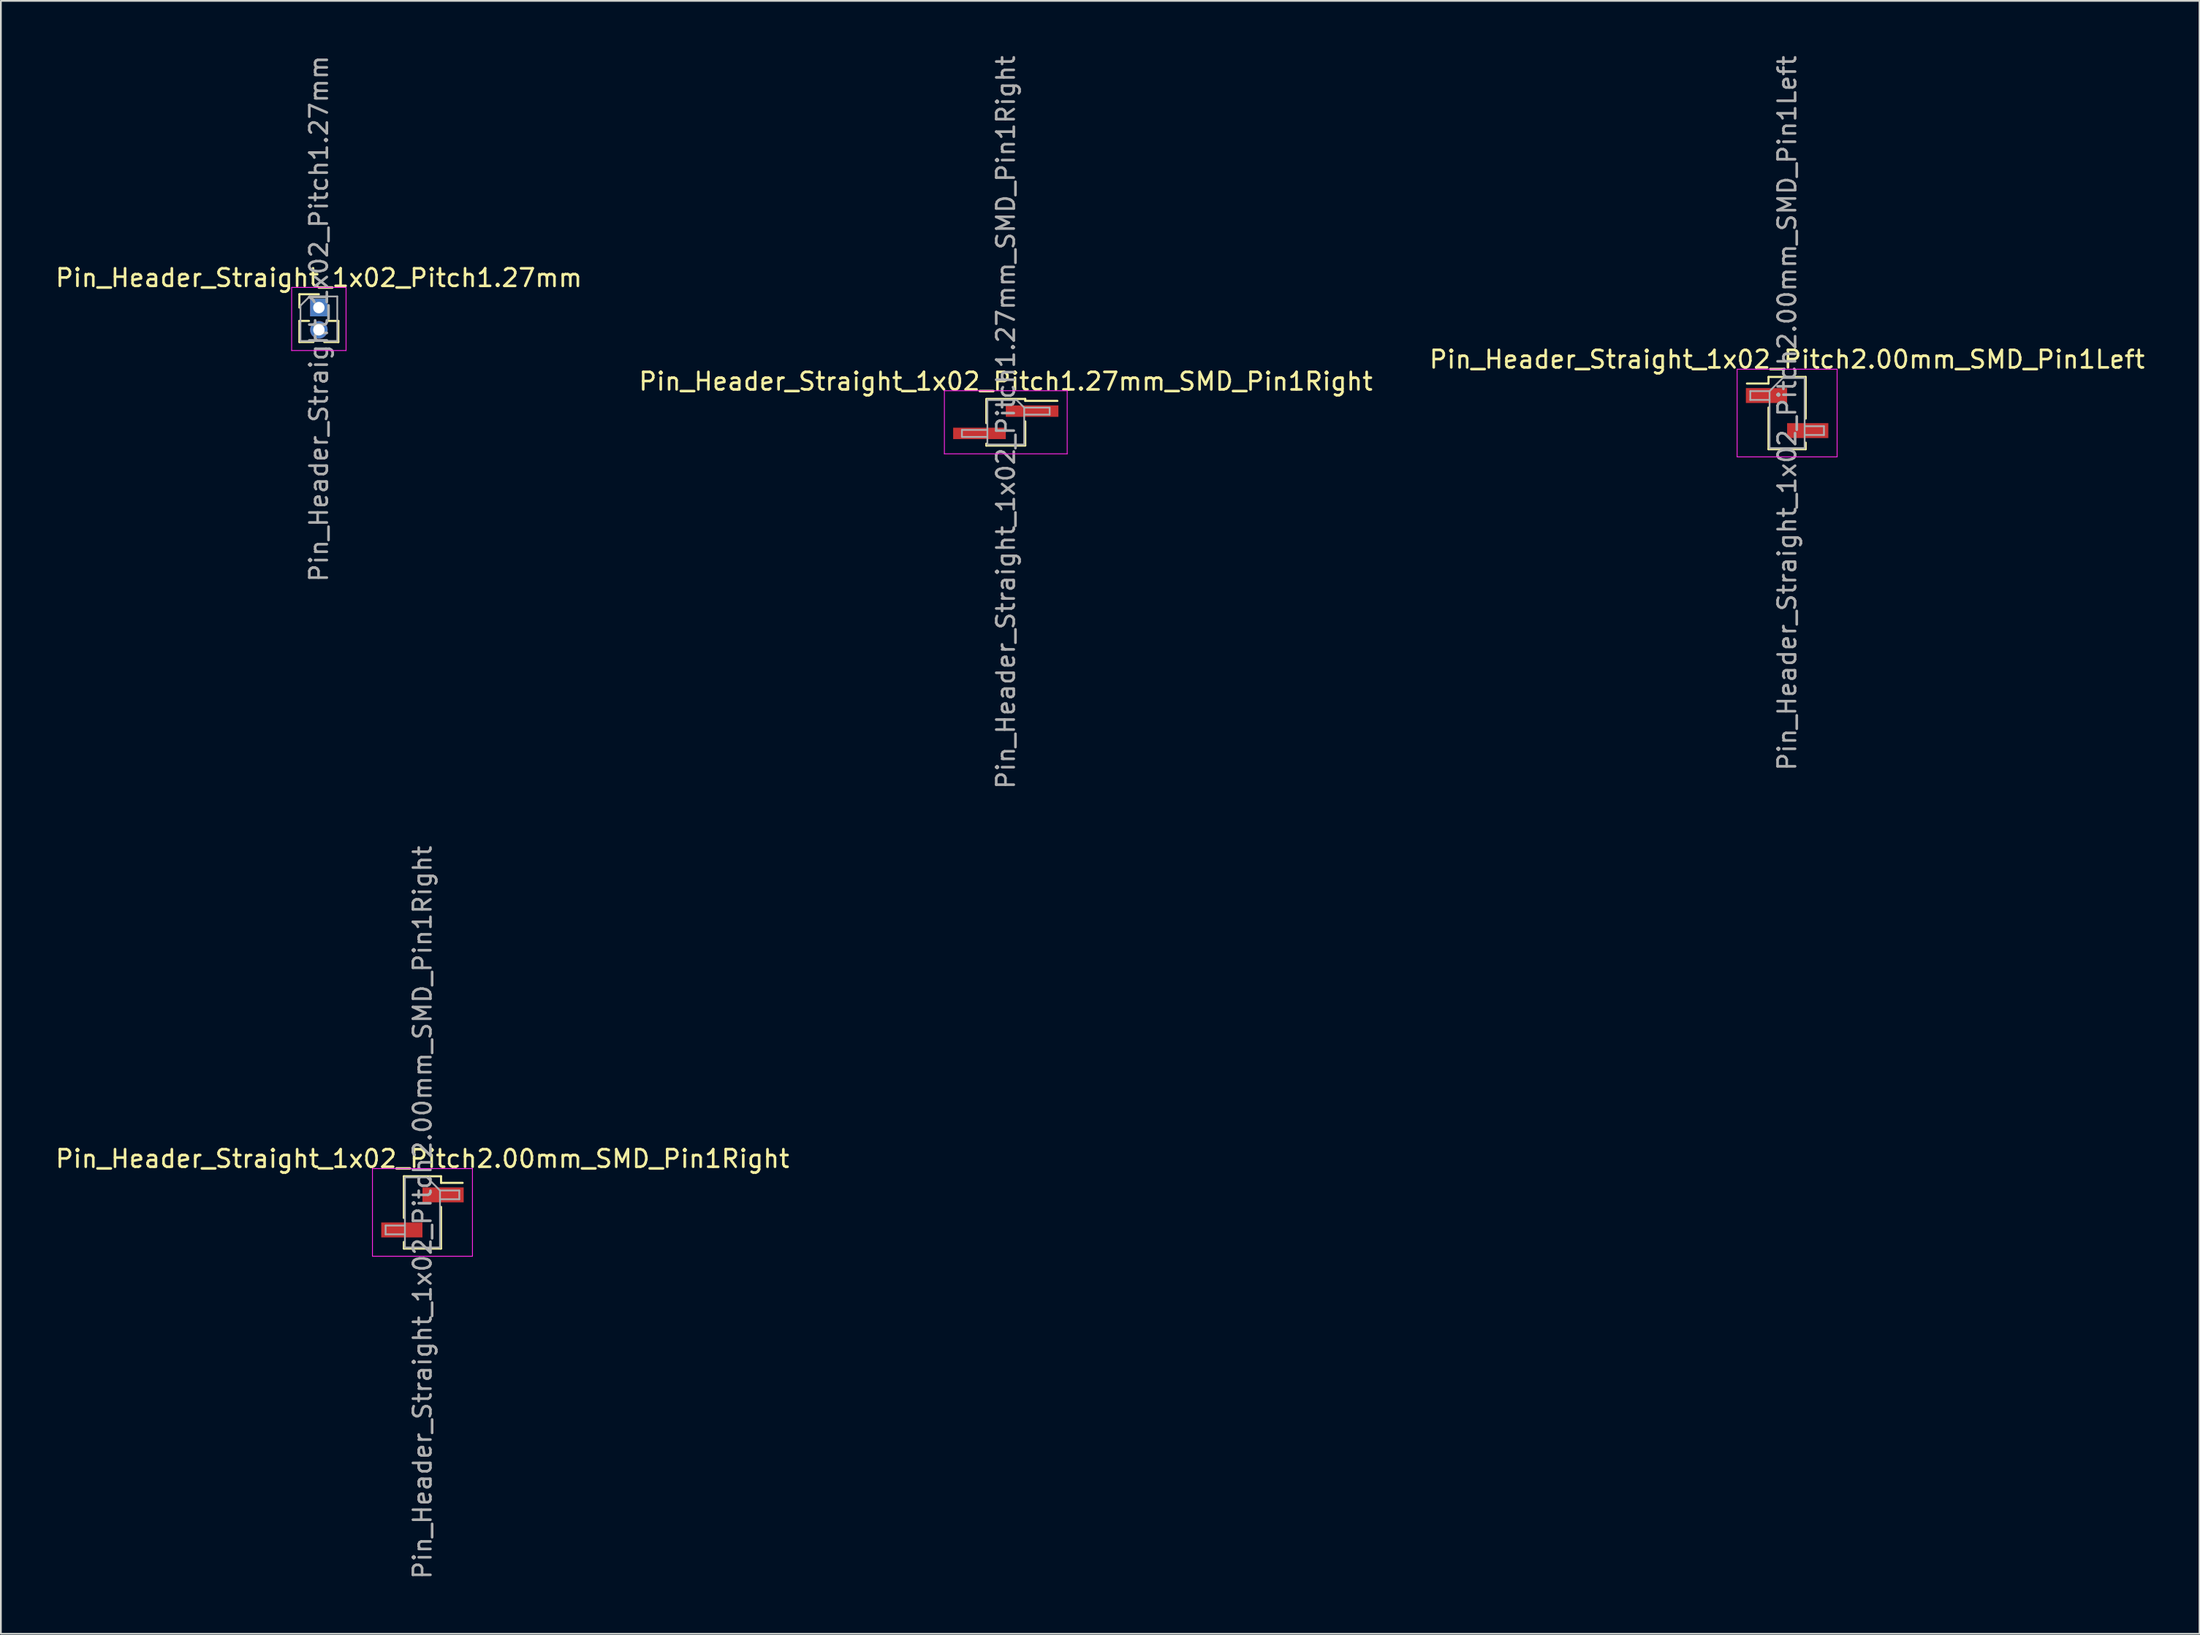
<source format=kicad_pcb>
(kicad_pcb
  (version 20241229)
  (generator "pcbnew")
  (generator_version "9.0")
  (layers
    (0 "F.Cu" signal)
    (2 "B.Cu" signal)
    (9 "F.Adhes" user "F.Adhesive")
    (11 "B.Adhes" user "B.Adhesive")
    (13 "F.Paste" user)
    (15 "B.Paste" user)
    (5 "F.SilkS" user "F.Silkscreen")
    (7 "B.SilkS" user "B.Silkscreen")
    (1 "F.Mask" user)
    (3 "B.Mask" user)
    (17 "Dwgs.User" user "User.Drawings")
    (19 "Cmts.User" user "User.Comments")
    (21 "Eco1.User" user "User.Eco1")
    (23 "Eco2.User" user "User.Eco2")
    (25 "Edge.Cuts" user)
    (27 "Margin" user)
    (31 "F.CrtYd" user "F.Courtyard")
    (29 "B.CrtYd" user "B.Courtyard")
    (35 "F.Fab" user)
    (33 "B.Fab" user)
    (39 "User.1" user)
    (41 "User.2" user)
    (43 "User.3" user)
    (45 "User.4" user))
  (footprint "Pin_Header_Straight_1x02_Pitch2.00mm_SMD_Pin1Left"
    (layer "F.Cu")
    (at 98.815 20.506)
    (property "Reference" "Pin_Header_Straight_1x02_Pitch2.00mm_SMD_Pin1Left" (at 0 -3.06 0) (layer "F.SilkS") (effects (font (size 1 1) (thickness 0.15))))
    (attr smd)
    (fp_line (start -1.06 -2.06) (end -1.06 -1.685) (stroke (width 0.12) (type solid)) (layer "F.SilkS"))
    (fp_line (start -1.06 -2.06) (end 1.06 -2.06) (stroke (width 0.12) (type solid)) (layer "F.SilkS"))
    (fp_line (start -1.06 -1.685) (end -2.29 -1.685) (stroke (width 0.12) (type solid)) (layer "F.SilkS"))
    (fp_line (start -1.06 -0.315) (end -1.06 2.06) (stroke (width 0.12) (type solid)) (layer "F.SilkS"))
    (fp_line (start -1.06 2.06) (end 1.06 2.06) (stroke (width 0.12) (type solid)) (layer "F.SilkS"))
    (fp_line (start 1.06 -2.06) (end 1.06 0.315) (stroke (width 0.12) (type solid)) (layer "F.SilkS"))
    (fp_line (start 1.06 1.685) (end 1.06 2.06) (stroke (width 0.12) (type solid)) (layer "F.SilkS"))
    (fp_line (start -2.85 -2.5) (end -2.85 2.5) (stroke (width 0.05) (type solid)) (layer "F.CrtYd"))
    (fp_line (start -2.85 2.5) (end 2.85 2.5) (stroke (width 0.05) (type solid)) (layer "F.CrtYd"))
    (fp_line (start 2.85 -2.5) (end -2.85 -2.5) (stroke (width 0.05) (type solid)) (layer "F.CrtYd"))
    (fp_line (start 2.85 2.5) (end 2.85 -2.5) (stroke (width 0.05) (type solid)) (layer "F.CrtYd"))
    (fp_line (start -2.1 -1.25) (end -2.1 -0.75) (stroke (width 0.1) (type solid)) (layer "F.Fab"))
    (fp_line (start -2.1 -0.75) (end -1 -0.75) (stroke (width 0.1) (type solid)) (layer "F.Fab"))
    (fp_line (start -1 -1.25) (end -2.1 -1.25) (stroke (width 0.1) (type solid)) (layer "F.Fab"))
    (fp_line (start -1 -1.25) (end -0.25 -2) (stroke (width 0.1) (type solid)) (layer "F.Fab"))
    (fp_line (start -1 2) (end -1 -1.25) (stroke (width 0.1) (type solid)) (layer "F.Fab"))
    (fp_line (start -0.25 -2) (end 1 -2) (stroke (width 0.1) (type solid)) (layer "F.Fab"))
    (fp_line (start 1 -2) (end 1 2) (stroke (width 0.1) (type solid)) (layer "F.Fab"))
    (fp_line (start 1 0.75) (end 2.1 0.75) (stroke (width 0.1) (type solid)) (layer "F.Fab"))
    (fp_line (start 1 2) (end -1 2) (stroke (width 0.1) (type solid)) (layer "F.Fab"))
    (fp_line (start 2.1 0.75) (end 2.1 1.25) (stroke (width 0.1) (type solid)) (layer "F.Fab"))
    (fp_line (start 2.1 1.25) (end 1 1.25) (stroke (width 0.1) (type solid)) (layer "F.Fab"))
    (fp_text user "${REFERENCE}" (at 0 0 90) (layer "F.Fab") (effects (font (size 1 1) (thickness 0.15))))
    (pad "1" smd rect (at -1.175 -1) (size 2.35 0.85) (layers "F.Cu" "F.Mask" "F.Paste"))
    (pad "2" smd rect (at 1.175 1) (size 2.35 0.85) (layers "F.Cu" "F.Mask" "F.Paste")))
  (footprint "Pin_Header_Straight_1x02_Pitch1.27mm_SMD_Pin1Right"
    (layer "F.Cu")
    (at 54.28 21.03)
    (property "Reference" "Pin_Header_Straight_1x02_Pitch1.27mm_SMD_Pin1Right" (at 0 -2.33 0) (layer "F.SilkS") (effects (font (size 1 1) (thickness 0.15))))
    (attr smd)
    (fp_line (start -1.11 -1.33) (end 1.11 -1.33) (stroke (width 0.12) (type solid)) (layer "F.SilkS"))
    (fp_line (start -1.11 -1.32) (end -1.11 0.05) (stroke (width 0.12) (type solid)) (layer "F.SilkS"))
    (fp_line (start -1.11 1.22) (end -1.11 1.33) (stroke (width 0.12) (type solid)) (layer "F.SilkS"))
    (fp_line (start -1.11 1.33) (end 1.11 1.33) (stroke (width 0.12) (type solid)) (layer "F.SilkS"))
    (fp_line (start 1.11 -1.33) (end 1.11 -1.22) (stroke (width 0.12) (type solid)) (layer "F.SilkS"))
    (fp_line (start 1.11 -1.22) (end 2.94 -1.22) (stroke (width 0.12) (type solid)) (layer "F.SilkS"))
    (fp_line (start 1.11 -0.05) (end 1.11 1.32) (stroke (width 0.12) (type solid)) (layer "F.SilkS"))
    (fp_line (start -3.5 -1.8) (end -3.5 1.8) (stroke (width 0.05) (type solid)) (layer "F.CrtYd"))
    (fp_line (start -3.5 1.8) (end 3.5 1.8) (stroke (width 0.05) (type solid)) (layer "F.CrtYd"))
    (fp_line (start 3.5 -1.8) (end -3.5 -1.8) (stroke (width 0.05) (type solid)) (layer "F.CrtYd"))
    (fp_line (start 3.5 1.8) (end 3.5 -1.8) (stroke (width 0.05) (type solid)) (layer "F.CrtYd"))
    (fp_line (start -2.5 0.435) (end -2.5 0.835) (stroke (width 0.1) (type solid)) (layer "F.Fab"))
    (fp_line (start -2.5 0.835) (end -1.05 0.835) (stroke (width 0.1) (type solid)) (layer "F.Fab"))
    (fp_line (start -1.05 -1.27) (end -1.05 1.27) (stroke (width 0.1) (type solid)) (layer "F.Fab"))
    (fp_line (start -1.05 -1.27) (end 0.615 -1.27) (stroke (width 0.1) (type solid)) (layer "F.Fab"))
    (fp_line (start -1.05 0.435) (end -2.5 0.435) (stroke (width 0.1) (type solid)) (layer "F.Fab"))
    (fp_line (start 1.05 -0.835) (end 0.615 -1.27) (stroke (width 0.1) (type solid)) (layer "F.Fab"))
    (fp_line (start 1.05 -0.835) (end 2.5 -0.835) (stroke (width 0.1) (type solid)) (layer "F.Fab"))
    (fp_line (start 1.05 1.27) (end -1.05 1.27) (stroke (width 0.1) (type solid)) (layer "F.Fab"))
    (fp_line (start 1.05 1.27) (end 1.05 -0.835) (stroke (width 0.1) (type solid)) (layer "F.Fab"))
    (fp_line (start 2.5 -0.835) (end 2.5 -0.435) (stroke (width 0.1) (type solid)) (layer "F.Fab"))
    (fp_line (start 2.5 -0.435) (end 1.05 -0.435) (stroke (width 0.1) (type solid)) (layer "F.Fab"))
    (fp_text user "${REFERENCE}" (at 0 0 90) (layer "F.Fab") (effects (font (size 1 1) (thickness 0.15))))
    (pad "1" smd rect (at 1.5 -0.635) (size 3 0.65) (layers "F.Cu" "F.Mask" "F.Paste"))
    (pad "2" smd rect (at -1.5 0.635) (size 3 0.65) (layers "F.Cu" "F.Mask" "F.Paste")))
  (footprint "Pin_Header_Straight_1x02_Pitch1.27mm"
    (layer "F.Cu")
    (at 15.125 14.49)
    (property "Reference" "Pin_Header_Straight_1x02_Pitch1.27mm" (at 0 -1.695 0) (layer "F.SilkS") (effects (font (size 1 1) (thickness 0.15))))
    (attr through_hole)
    (fp_line (start -1.11 -0.76) (end 0 -0.76) (stroke (width 0.12) (type solid)) (layer "F.SilkS"))
    (fp_line (start -1.11 0) (end -1.11 -0.76) (stroke (width 0.12) (type solid)) (layer "F.SilkS"))
    (fp_line (start -1.11 0.76) (end -1.11 1.965) (stroke (width 0.12) (type solid)) (layer "F.SilkS"))
    (fp_line (start -1.11 0.76) (end -0.563 0.76) (stroke (width 0.12) (type solid)) (layer "F.SilkS"))
    (fp_line (start -1.11 1.965) (end -0.308 1.965) (stroke (width 0.12) (type solid)) (layer "F.SilkS"))
    (fp_line (start 0.308 1.965) (end 1.11 1.965) (stroke (width 0.12) (type solid)) (layer "F.SilkS"))
    (fp_line (start 0.563 0.76) (end 1.11 0.76) (stroke (width 0.12) (type solid)) (layer "F.SilkS"))
    (fp_line (start 1.11 0.76) (end 1.11 1.965) (stroke (width 0.12) (type solid)) (layer "F.SilkS"))
    (fp_line (start -1.55 -1.15) (end -1.55 2.45) (stroke (width 0.05) (type solid)) (layer "F.CrtYd"))
    (fp_line (start -1.55 2.45) (end 1.55 2.45) (stroke (width 0.05) (type solid)) (layer "F.CrtYd"))
    (fp_line (start 1.55 -1.15) (end -1.55 -1.15) (stroke (width 0.05) (type solid)) (layer "F.CrtYd"))
    (fp_line (start 1.55 2.45) (end 1.55 -1.15) (stroke (width 0.05) (type solid)) (layer "F.CrtYd"))
    (fp_line (start -1.05 -0.11) (end -0.525 -0.635) (stroke (width 0.1) (type solid)) (layer "F.Fab"))
    (fp_line (start -1.05 1.905) (end -1.05 -0.11) (stroke (width 0.1) (type solid)) (layer "F.Fab"))
    (fp_line (start -0.525 -0.635) (end 1.05 -0.635) (stroke (width 0.1) (type solid)) (layer "F.Fab"))
    (fp_line (start 1.05 -0.635) (end 1.05 1.905) (stroke (width 0.1) (type solid)) (layer "F.Fab"))
    (fp_line (start 1.05 1.905) (end -1.05 1.905) (stroke (width 0.1) (type solid)) (layer "F.Fab"))
    (fp_text user "${REFERENCE}" (at 0 0.635 90) (layer "F.Fab") (effects (font (size 1 1) (thickness 0.15))))
    (pad "1" thru_hole rect (at 0 0) (size 1 1) (drill 0.65) (layers "*.Cu" "*.Mask"))
    (pad "2" thru_hole oval (at 0 1.27) (size 1 1) (drill 0.65) (layers "*.Cu" "*.Mask")))
  (footprint "Pin_Header_Straight_1x02_Pitch2.00mm_SMD_Pin1Right"
    (layer "F.Cu")
    (at 21.03 66.089)
    (property "Reference" "Pin_Header_Straight_1x02_Pitch2.00mm_SMD_Pin1Right" (at 0 -3.06 0) (layer "F.SilkS") (effects (font (size 1 1) (thickness 0.15))))
    (attr smd)
    (fp_line (start -1.06 -2.06) (end -1.06 0.315) (stroke (width 0.12) (type solid)) (layer "F.SilkS"))
    (fp_line (start -1.06 -2.06) (end 1.06 -2.06) (stroke (width 0.12) (type solid)) (layer "F.SilkS"))
    (fp_line (start -1.06 1.685) (end -1.06 2.06) (stroke (width 0.12) (type solid)) (layer "F.SilkS"))
    (fp_line (start -1.06 2.06) (end 1.06 2.06) (stroke (width 0.12) (type solid)) (layer "F.SilkS"))
    (fp_line (start 1.06 -2.06) (end 1.06 -1.685) (stroke (width 0.12) (type solid)) (layer "F.SilkS"))
    (fp_line (start 1.06 -1.685) (end 2.29 -1.685) (stroke (width 0.12) (type solid)) (layer "F.SilkS"))
    (fp_line (start 1.06 -0.315) (end 1.06 2.06) (stroke (width 0.12) (type solid)) (layer "F.SilkS"))
    (fp_line (start -2.85 -2.5) (end -2.85 2.5) (stroke (width 0.05) (type solid)) (layer "F.CrtYd"))
    (fp_line (start -2.85 2.5) (end 2.85 2.5) (stroke (width 0.05) (type solid)) (layer "F.CrtYd"))
    (fp_line (start 2.85 -2.5) (end -2.85 -2.5) (stroke (width 0.05) (type solid)) (layer "F.CrtYd"))
    (fp_line (start 2.85 2.5) (end 2.85 -2.5) (stroke (width 0.05) (type solid)) (layer "F.CrtYd"))
    (fp_line (start -2.1 0.75) (end -2.1 1.25) (stroke (width 0.1) (type solid)) (layer "F.Fab"))
    (fp_line (start -2.1 1.25) (end -1 1.25) (stroke (width 0.1) (type solid)) (layer "F.Fab"))
    (fp_line (start -1 -2) (end -1 2) (stroke (width 0.1) (type solid)) (layer "F.Fab"))
    (fp_line (start -1 -2) (end 0.25 -2) (stroke (width 0.1) (type solid)) (layer "F.Fab"))
    (fp_line (start -1 0.75) (end -2.1 0.75) (stroke (width 0.1) (type solid)) (layer "F.Fab"))
    (fp_line (start 1 -1.25) (end 0.25 -2) (stroke (width 0.1) (type solid)) (layer "F.Fab"))
    (fp_line (start 1 -1.25) (end 2.1 -1.25) (stroke (width 0.1) (type solid)) (layer "F.Fab"))
    (fp_line (start 1 2) (end -1 2) (stroke (width 0.1) (type solid)) (layer "F.Fab"))
    (fp_line (start 1 2) (end 1 -1.25) (stroke (width 0.1) (type solid)) (layer "F.Fab"))
    (fp_line (start 2.1 -1.25) (end 2.1 -0.75) (stroke (width 0.1) (type solid)) (layer "F.Fab"))
    (fp_line (start 2.1 -0.75) (end 1 -0.75) (stroke (width 0.1) (type solid)) (layer "F.Fab"))
    (fp_text user "${REFERENCE}" (at 0 0 90) (layer "F.Fab") (effects (font (size 1 1) (thickness 0.15))))
    (pad "1" smd rect (at 1.175 -1) (size 2.35 0.85) (layers "F.Cu" "F.Mask" "F.Paste"))
    (pad "2" smd rect (at -1.175 1) (size 2.35 0.85) (layers "F.Cu" "F.Mask" "F.Paste")))
  (gr_rect
    (start -3 -3)
    (end 122.321 90.119)
    (stroke (width 0.1) (type default))
    (fill no)
    (layer "Edge.Cuts")))
</source>
